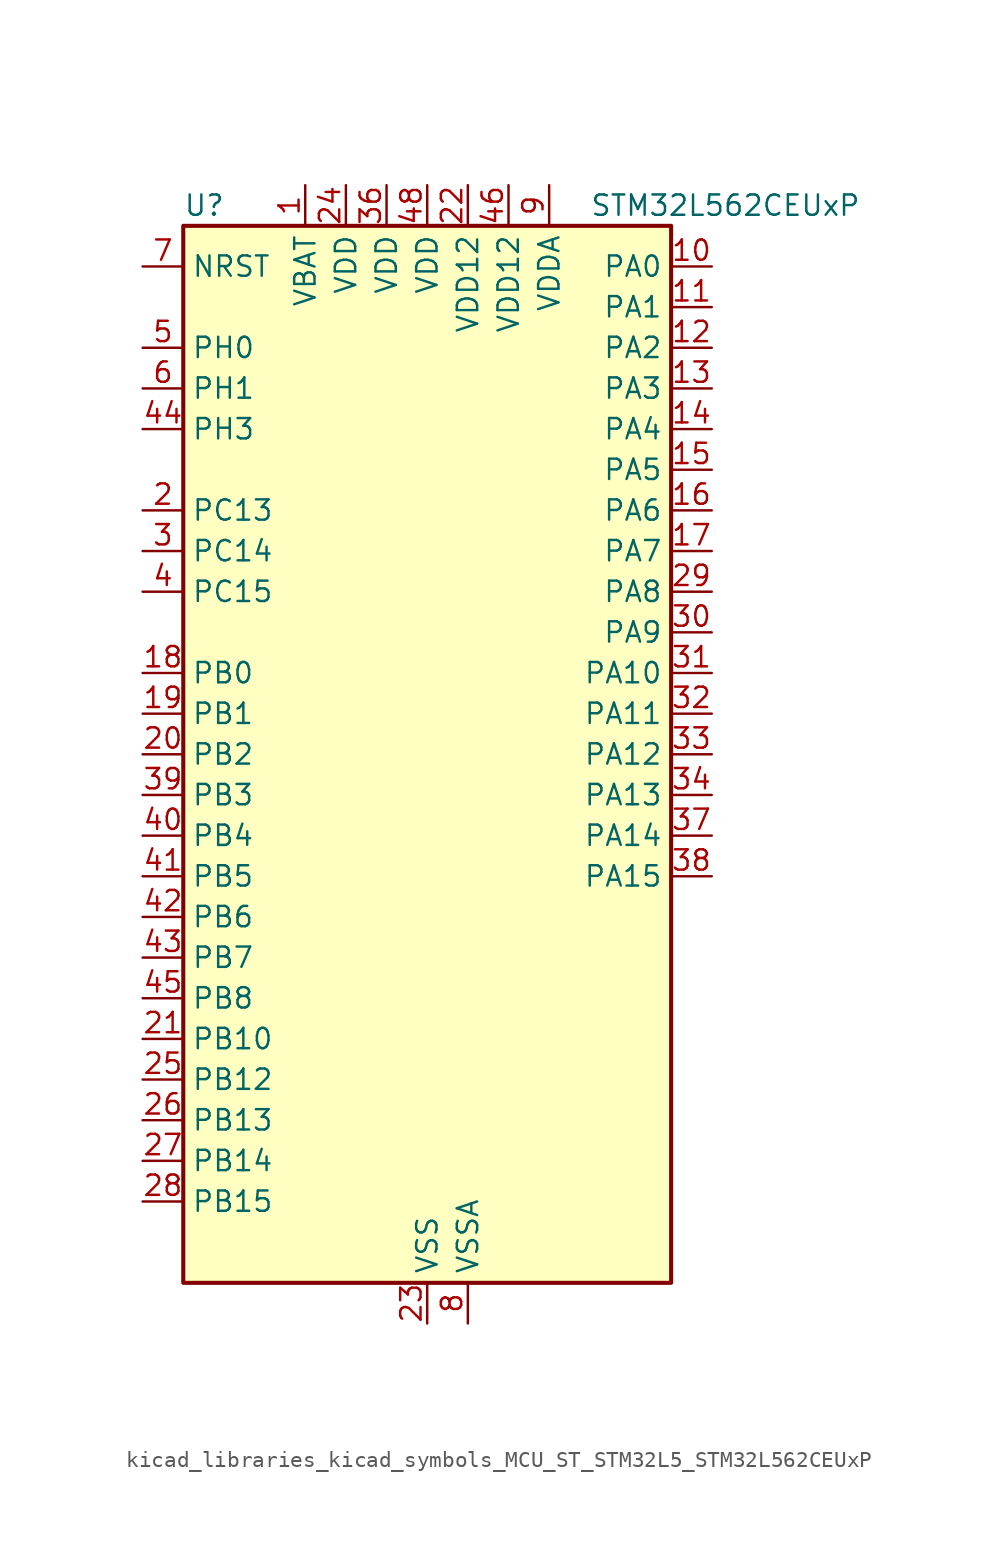
<source format=kicad_sym>
(kicad_symbol_lib
  (version 20220914)
  (generator kicad_symbol_editor)
  (symbol "kicad_libraries_kicad_symbols_MCU_ST_STM32L5_STM32L562CEUxP"
    (property "Reference" "U"
      (at -15.24 34.29 0)
      (effects (font (size 1.27 1.27)) (justify left)))
    (property "Value" "STM32L562CEUxP"
      (at 10.16 34.29 0)
      (effects (font (size 1.27 1.27)) (justify left)))
    (property "ki_locked" ""
      (at 0 0 0)
      (effects (font (size 1.27 1.27))))
    (symbol "kicad_libraries_kicad_symbols_MCU_ST_STM32L5_STM32L562CEUxP_0_1"
      (rectangle (start -15.24 -33.02) (end 15.24 33.02) (stroke (width 0.254) (type default)) (fill (type background))))
    (symbol "kicad_libraries_kicad_symbols_MCU_ST_STM32L5_STM32L562CEUxP_1_1"
      (pin power_in line (at -7.62 35.56 270) (length 2.54) (name "VBAT" (effects (font (size 1.27 1.27)))) (number "1" (effects (font (size 1.27 1.27)))))
      (pin bidirectional line (at 17.78 30.48 180) (length 2.54) (name "PA0" (effects (font (size 1.27 1.27)))) (number "10" (effects (font (size 1.27 1.27)))) (alternate "ADC1_IN5" bidirectional line) (alternate "ADC2_IN5" bidirectional line) (alternate "OPAMP1_VINP" bidirectional line) (alternate "PWR_WKUP1" bidirectional line) (alternate "SAI1_EXTCLK" bidirectional line) (alternate "TAMP_IN2" bidirectional line) (alternate "TAMP_OUT1" bidirectional line) (alternate "TIM2_CH1" bidirectional line) (alternate "TIM2_ETR" bidirectional line) (alternate "TIM5_CH1" bidirectional line) (alternate "TIM8_ETR" bidirectional line) (alternate "UART4_TX" bidirectional line) (alternate "USART2_CTS" bidirectional line) (alternate "USART2_NSS" bidirectional line))
      (pin bidirectional line (at 17.78 27.94 180) (length 2.54) (name "PA1" (effects (font (size 1.27 1.27)))) (number "11" (effects (font (size 1.27 1.27)))) (alternate "ADC1_IN6" bidirectional line) (alternate "ADC2_IN6" bidirectional line) (alternate "I2C1_SMBA" bidirectional line) (alternate "OCTOSPI1_DQS" bidirectional line) (alternate "OPAMP1_VINM" bidirectional line) (alternate "SPI1_SCK" bidirectional line) (alternate "TAMP_IN5" bidirectional line) (alternate "TAMP_OUT4" bidirectional line) (alternate "TIM15_CH1N" bidirectional line) (alternate "TIM2_CH2" bidirectional line) (alternate "TIM5_CH2" bidirectional line) (alternate "UART4_RX" bidirectional line) (alternate "USART2_DE" bidirectional line) (alternate "USART2_RTS" bidirectional line))
      (pin bidirectional line (at 17.78 25.4 180) (length 2.54) (name "PA2" (effects (font (size 1.27 1.27)))) (number "12" (effects (font (size 1.27 1.27)))) (alternate "ADC1_IN7" bidirectional line) (alternate "ADC2_IN7" bidirectional line) (alternate "COMP1_INP" bidirectional line) (alternate "LPUART1_TX" bidirectional line) (alternate "OCTOSPI1_NCS" bidirectional line) (alternate "PWR_WKUP4" bidirectional line) (alternate "RCC_LSCO" bidirectional line) (alternate "SAI2_EXTCLK" bidirectional line) (alternate "TIM15_CH1" bidirectional line) (alternate "TIM2_CH3" bidirectional line) (alternate "TIM5_CH3" bidirectional line) (alternate "UCPD1_FRSTX1" bidirectional line) (alternate "USART2_TX" bidirectional line))
      (pin bidirectional line (at 17.78 22.86 180) (length 2.54) (name "PA3" (effects (font (size 1.27 1.27)))) (number "13" (effects (font (size 1.27 1.27)))) (alternate "ADC1_IN8" bidirectional line) (alternate "ADC2_IN8" bidirectional line) (alternate "LPUART1_RX" bidirectional line) (alternate "OCTOSPI1_CLK" bidirectional line) (alternate "OPAMP1_VOUT" bidirectional line) (alternate "SAI1_CK1" bidirectional line) (alternate "SAI1_MCLK_A" bidirectional line) (alternate "TIM15_CH2" bidirectional line) (alternate "TIM2_CH4" bidirectional line) (alternate "TIM5_CH4" bidirectional line) (alternate "USART2_RX" bidirectional line))
      (pin bidirectional line (at 17.78 20.32 180) (length 2.54) (name "PA4" (effects (font (size 1.27 1.27)))) (number "14" (effects (font (size 1.27 1.27)))) (alternate "ADC1_IN9" bidirectional line) (alternate "ADC2_IN9" bidirectional line) (alternate "DAC1_OUT1" bidirectional line) (alternate "LPTIM2_OUT" bidirectional line) (alternate "OCTOSPI1_NCS" bidirectional line) (alternate "SAI1_FS_B" bidirectional line) (alternate "SPI1_NSS" bidirectional line) (alternate "SPI3_NSS" bidirectional line) (alternate "USART2_CK" bidirectional line))
      (pin bidirectional line (at 17.78 17.78 180) (length 2.54) (name "PA5" (effects (font (size 1.27 1.27)))) (number "15" (effects (font (size 1.27 1.27)))) (alternate "ADC1_IN10" bidirectional line) (alternate "ADC2_IN10" bidirectional line) (alternate "DAC1_OUT2" bidirectional line) (alternate "LPTIM2_ETR" bidirectional line) (alternate "SPI1_SCK" bidirectional line) (alternate "TIM2_CH1" bidirectional line) (alternate "TIM2_ETR" bidirectional line) (alternate "TIM8_CH1N" bidirectional line))
      (pin bidirectional line (at 17.78 15.24 180) (length 2.54) (name "PA6" (effects (font (size 1.27 1.27)))) (number "16" (effects (font (size 1.27 1.27)))) (alternate "ADC1_IN11" bidirectional line) (alternate "ADC2_IN11" bidirectional line) (alternate "LPUART1_CTS" bidirectional line) (alternate "OCTOSPI1_IO3" bidirectional line) (alternate "OPAMP2_VINP" bidirectional line) (alternate "SPI1_MISO" bidirectional line) (alternate "TIM16_CH1" bidirectional line) (alternate "TIM1_BKIN" bidirectional line) (alternate "TIM3_CH1" bidirectional line) (alternate "TIM8_BKIN" bidirectional line) (alternate "USART3_CTS" bidirectional line) (alternate "USART3_NSS" bidirectional line))
      (pin bidirectional line (at 17.78 12.7 180) (length 2.54) (name "PA7" (effects (font (size 1.27 1.27)))) (number "17" (effects (font (size 1.27 1.27)))) (alternate "ADC1_IN12" bidirectional line) (alternate "ADC2_IN12" bidirectional line) (alternate "I2C3_SCL" bidirectional line) (alternate "OCTOSPI1_IO2" bidirectional line) (alternate "OPAMP2_VINM" bidirectional line) (alternate "SPI1_MOSI" bidirectional line) (alternate "TIM17_CH1" bidirectional line) (alternate "TIM1_CH1N" bidirectional line) (alternate "TIM3_CH2" bidirectional line) (alternate "TIM8_CH1N" bidirectional line))
      (pin bidirectional line (at -17.78 5.08 0) (length 2.54) (name "PB0" (effects (font (size 1.27 1.27)))) (number "18" (effects (font (size 1.27 1.27)))) (alternate "ADC1_IN15" bidirectional line) (alternate "ADC2_IN15" bidirectional line) (alternate "COMP1_OUT" bidirectional line) (alternate "OCTOSPI1_IO1" bidirectional line) (alternate "OPAMP2_VOUT" bidirectional line) (alternate "SAI1_EXTCLK" bidirectional line) (alternate "SPI1_NSS" bidirectional line) (alternate "TIM1_CH2N" bidirectional line) (alternate "TIM3_CH3" bidirectional line) (alternate "TIM8_CH2N" bidirectional line) (alternate "USART3_CK" bidirectional line))
      (pin bidirectional line (at -17.78 2.54 0) (length 2.54) (name "PB1" (effects (font (size 1.27 1.27)))) (number "19" (effects (font (size 1.27 1.27)))) (alternate "ADC1_IN16" bidirectional line) (alternate "ADC2_IN16" bidirectional line) (alternate "COMP1_INM" bidirectional line) (alternate "DFSDM1_DATIN0" bidirectional line) (alternate "LPTIM2_IN1" bidirectional line) (alternate "LPUART1_DE" bidirectional line) (alternate "LPUART1_RTS" bidirectional line) (alternate "OCTOSPI1_IO0" bidirectional line) (alternate "TIM1_CH3N" bidirectional line) (alternate "TIM3_CH4" bidirectional line) (alternate "TIM8_CH3N" bidirectional line) (alternate "USART3_DE" bidirectional line) (alternate "USART3_RTS" bidirectional line))
      (pin bidirectional line (at -17.78 15.24 0) (length 2.54) (name "PC13" (effects (font (size 1.27 1.27)))) (number "2" (effects (font (size 1.27 1.27)))) (alternate "PWR_WKUP2" bidirectional line) (alternate "RTC_OUT1" bidirectional line) (alternate "RTC_TS" bidirectional line) (alternate "TAMP_IN1" bidirectional line) (alternate "TAMP_OUT2" bidirectional line))
      (pin bidirectional line (at -17.78 0 0) (length 2.54) (name "PB2" (effects (font (size 1.27 1.27)))) (number "20" (effects (font (size 1.27 1.27)))) (alternate "COMP1_INP" bidirectional line) (alternate "DFSDM1_CKIN0" bidirectional line) (alternate "I2C3_SMBA" bidirectional line) (alternate "LPTIM1_OUT" bidirectional line) (alternate "OCTOSPI1_DQS" bidirectional line) (alternate "RTC_OUT2" bidirectional line) (alternate "UCPD1_FRSTX1" bidirectional line))
      (pin bidirectional line (at -17.78 -17.78 0) (length 2.54) (name "PB10" (effects (font (size 1.27 1.27)))) (number "21" (effects (font (size 1.27 1.27)))) (alternate "COMP1_OUT" bidirectional line) (alternate "I2C2_SCL" bidirectional line) (alternate "I2C4_SCL" bidirectional line) (alternate "LPTIM3_OUT" bidirectional line) (alternate "LPUART1_RX" bidirectional line) (alternate "OCTOSPI1_CLK" bidirectional line) (alternate "SAI1_SCK_A" bidirectional line) (alternate "SPI2_SCK" bidirectional line) (alternate "TIM2_CH3" bidirectional line) (alternate "TSC_SYNC" bidirectional line) (alternate "USART3_TX" bidirectional line))
      (pin power_in line (at 2.54 35.56 270) (length 2.54) (name "VDD12" (effects (font (size 1.27 1.27)))) (number "22" (effects (font (size 1.27 1.27)))))
      (pin power_in line (at 0 -35.56 90) (length 2.54) (name "VSS" (effects (font (size 1.27 1.27)))) (number "23" (effects (font (size 1.27 1.27)))))
      (pin power_in line (at -5.08 35.56 270) (length 2.54) (name "VDD" (effects (font (size 1.27 1.27)))) (number "24" (effects (font (size 1.27 1.27)))))
      (pin bidirectional line (at -17.78 -20.32 0) (length 2.54) (name "PB12" (effects (font (size 1.27 1.27)))) (number "25" (effects (font (size 1.27 1.27)))) (alternate "DFSDM1_DATIN1" bidirectional line) (alternate "I2C2_SMBA" bidirectional line) (alternate "LPUART1_DE" bidirectional line) (alternate "LPUART1_RTS" bidirectional line) (alternate "OCTOSPI1_NCLK" bidirectional line) (alternate "SAI2_FS_A" bidirectional line) (alternate "SPI2_NSS" bidirectional line) (alternate "TIM15_BKIN" bidirectional line) (alternate "TIM1_BKIN" bidirectional line) (alternate "TSC_G1_IO1" bidirectional line) (alternate "USART3_CK" bidirectional line))
      (pin bidirectional line (at -17.78 -22.86 0) (length 2.54) (name "PB13" (effects (font (size 1.27 1.27)))) (number "26" (effects (font (size 1.27 1.27)))) (alternate "DFSDM1_CKIN1" bidirectional line) (alternate "I2C2_SCL" bidirectional line) (alternate "LPTIM3_IN1" bidirectional line) (alternate "LPUART1_CTS" bidirectional line) (alternate "SAI2_SCK_A" bidirectional line) (alternate "SPI2_SCK" bidirectional line) (alternate "TIM15_CH1N" bidirectional line) (alternate "TIM1_CH1N" bidirectional line) (alternate "TSC_G1_IO2" bidirectional line) (alternate "UCPD1_FRSTX2" bidirectional line) (alternate "USART3_CTS" bidirectional line) (alternate "USART3_NSS" bidirectional line))
      (pin bidirectional line (at -17.78 -25.4 0) (length 2.54) (name "PB14" (effects (font (size 1.27 1.27)))) (number "27" (effects (font (size 1.27 1.27)))) (alternate "DFSDM1_DATIN2" bidirectional line) (alternate "I2C2_SDA" bidirectional line) (alternate "LPTIM3_ETR" bidirectional line) (alternate "SAI2_MCLK_A" bidirectional line) (alternate "SPI2_MISO" bidirectional line) (alternate "TIM15_CH1" bidirectional line) (alternate "TIM1_CH2N" bidirectional line) (alternate "TIM8_CH2N" bidirectional line) (alternate "TSC_G1_IO3" bidirectional line) (alternate "UCPD1_DBCC2" bidirectional line) (alternate "USART3_DE" bidirectional line) (alternate "USART3_RTS" bidirectional line))
      (pin bidirectional line (at -17.78 -27.94 0) (length 2.54) (name "PB15" (effects (font (size 1.27 1.27)))) (number "28" (effects (font (size 1.27 1.27)))) (alternate "ADC1_EXTI15" bidirectional line) (alternate "ADC2_EXTI15" bidirectional line) (alternate "DFSDM1_CKIN2" bidirectional line) (alternate "RTC_REFIN" bidirectional line) (alternate "SAI2_SD_A" bidirectional line) (alternate "SPI2_MOSI" bidirectional line) (alternate "TIM15_CH2" bidirectional line) (alternate "TIM1_CH3N" bidirectional line) (alternate "TIM8_CH3N" bidirectional line) (alternate "UCPD1_CC2" bidirectional line))
      (pin bidirectional line (at 17.78 10.16 180) (length 2.54) (name "PA8" (effects (font (size 1.27 1.27)))) (number "29" (effects (font (size 1.27 1.27)))) (alternate "LPTIM2_OUT" bidirectional line) (alternate "RCC_MCO" bidirectional line) (alternate "SAI1_CK2" bidirectional line) (alternate "SAI1_SCK_A" bidirectional line) (alternate "TIM1_CH1" bidirectional line) (alternate "USART1_CK" bidirectional line))
      (pin bidirectional line (at -17.78 12.7 0) (length 2.54) (name "PC14" (effects (font (size 1.27 1.27)))) (number "3" (effects (font (size 1.27 1.27)))) (alternate "RCC_OSC32_IN" bidirectional line))
      (pin bidirectional line (at 17.78 7.62 180) (length 2.54) (name "PA9" (effects (font (size 1.27 1.27)))) (number "30" (effects (font (size 1.27 1.27)))) (alternate "DAC1_EXTI9" bidirectional line) (alternate "SAI1_FS_A" bidirectional line) (alternate "SPI2_SCK" bidirectional line) (alternate "TIM15_BKIN" bidirectional line) (alternate "TIM1_CH2" bidirectional line) (alternate "USART1_TX" bidirectional line))
      (pin bidirectional line (at 17.78 5.08 180) (length 2.54) (name "PA10" (effects (font (size 1.27 1.27)))) (number "31" (effects (font (size 1.27 1.27)))) (alternate "CRS_SYNC" bidirectional line) (alternate "SAI1_D1" bidirectional line) (alternate "SAI1_SD_A" bidirectional line) (alternate "TIM17_BKIN" bidirectional line) (alternate "TIM1_CH3" bidirectional line) (alternate "USART1_RX" bidirectional line))
      (pin bidirectional line (at 17.78 2.54 180) (length 2.54) (name "PA11" (effects (font (size 1.27 1.27)))) (number "32" (effects (font (size 1.27 1.27)))) (alternate "ADC1_EXTI11" bidirectional line) (alternate "ADC2_EXTI11" bidirectional line) (alternate "FDCAN1_RX" bidirectional line) (alternate "SPI1_MISO" bidirectional line) (alternate "TIM1_BKIN2" bidirectional line) (alternate "TIM1_CH4" bidirectional line) (alternate "USART1_CTS" bidirectional line) (alternate "USART1_NSS" bidirectional line) (alternate "USB_DM" bidirectional line))
      (pin bidirectional line (at 17.78 0 180) (length 2.54) (name "PA12" (effects (font (size 1.27 1.27)))) (number "33" (effects (font (size 1.27 1.27)))) (alternate "FDCAN1_TX" bidirectional line) (alternate "SPI1_MOSI" bidirectional line) (alternate "TIM1_ETR" bidirectional line) (alternate "USART1_DE" bidirectional line) (alternate "USART1_RTS" bidirectional line) (alternate "USB_DP" bidirectional line))
      (pin bidirectional line (at 17.78 -2.54 180) (length 2.54) (name "PA13" (effects (font (size 1.27 1.27)))) (number "34" (effects (font (size 1.27 1.27)))) (alternate "DEBUG_JTMS-SWDIO" bidirectional line) (alternate "IR_OUT" bidirectional line) (alternate "SAI1_SD_B" bidirectional line) (alternate "USB_NOE" bidirectional line))
      (pin passive line (at 0 -35.56 90) (length 2.54) hide (name "VSS" (effects (font (size 1.27 1.27)))) (number "35" (effects (font (size 1.27 1.27)))))
      (pin power_in line (at -2.54 35.56 270) (length 2.54) (name "VDD" (effects (font (size 1.27 1.27)))) (number "36" (effects (font (size 1.27 1.27)))))
      (pin bidirectional line (at 17.78 -5.08 180) (length 2.54) (name "PA14" (effects (font (size 1.27 1.27)))) (number "37" (effects (font (size 1.27 1.27)))) (alternate "DEBUG_JTCK-SWCLK" bidirectional line) (alternate "I2C1_SMBA" bidirectional line) (alternate "I2C4_SMBA" bidirectional line) (alternate "LPTIM1_OUT" bidirectional line) (alternate "SAI1_FS_B" bidirectional line))
      (pin bidirectional line (at 17.78 -7.62 180) (length 2.54) (name "PA15" (effects (font (size 1.27 1.27)))) (number "38" (effects (font (size 1.27 1.27)))) (alternate "ADC1_EXTI15" bidirectional line) (alternate "ADC2_EXTI15" bidirectional line) (alternate "DEBUG_JTDI" bidirectional line) (alternate "SAI2_FS_B" bidirectional line) (alternate "SPI1_NSS" bidirectional line) (alternate "SPI3_NSS" bidirectional line) (alternate "TIM2_CH1" bidirectional line) (alternate "TIM2_ETR" bidirectional line) (alternate "UART4_DE" bidirectional line) (alternate "UART4_RTS" bidirectional line) (alternate "UCPD1_CC1" bidirectional line) (alternate "USART2_RX" bidirectional line) (alternate "USART3_DE" bidirectional line) (alternate "USART3_RTS" bidirectional line))
      (pin bidirectional line (at -17.78 -2.54 0) (length 2.54) (name "PB3" (effects (font (size 1.27 1.27)))) (number "39" (effects (font (size 1.27 1.27)))) (alternate "COMP2_INM" bidirectional line) (alternate "CRS_SYNC" bidirectional line) (alternate "DEBUG_JTDO-SWO" bidirectional line) (alternate "SAI1_SCK_B" bidirectional line) (alternate "SPI1_SCK" bidirectional line) (alternate "SPI3_SCK" bidirectional line) (alternate "TIM2_CH2" bidirectional line) (alternate "USART1_DE" bidirectional line) (alternate "USART1_RTS" bidirectional line))
      (pin bidirectional line (at -17.78 10.16 0) (length 2.54) (name "PC15" (effects (font (size 1.27 1.27)))) (number "4" (effects (font (size 1.27 1.27)))) (alternate "ADC1_EXTI15" bidirectional line) (alternate "ADC2_EXTI15" bidirectional line) (alternate "RCC_OSC32_OUT" bidirectional line))
      (pin bidirectional line (at -17.78 -5.08 0) (length 2.54) (name "PB4" (effects (font (size 1.27 1.27)))) (number "40" (effects (font (size 1.27 1.27)))) (alternate "COMP2_INP" bidirectional line) (alternate "DEBUG_JTRST" bidirectional line) (alternate "I2C3_SDA" bidirectional line) (alternate "SAI1_MCLK_B" bidirectional line) (alternate "SPI1_MISO" bidirectional line) (alternate "SPI3_MISO" bidirectional line) (alternate "TIM17_BKIN" bidirectional line) (alternate "TIM3_CH1" bidirectional line) (alternate "TSC_G2_IO1" bidirectional line) (alternate "USART1_CTS" bidirectional line) (alternate "USART1_NSS" bidirectional line))
      (pin bidirectional line (at -17.78 -7.62 0) (length 2.54) (name "PB5" (effects (font (size 1.27 1.27)))) (number "41" (effects (font (size 1.27 1.27)))) (alternate "COMP2_OUT" bidirectional line) (alternate "I2C1_SMBA" bidirectional line) (alternate "LPTIM1_IN1" bidirectional line) (alternate "OCTOSPI1_NCLK" bidirectional line) (alternate "SAI1_SD_B" bidirectional line) (alternate "SPI1_MOSI" bidirectional line) (alternate "SPI3_MOSI" bidirectional line) (alternate "TIM16_BKIN" bidirectional line) (alternate "TIM3_CH2" bidirectional line) (alternate "TSC_G2_IO2" bidirectional line) (alternate "UCPD1_DBCC1" bidirectional line) (alternate "USART1_CK" bidirectional line))
      (pin bidirectional line (at -17.78 -10.16 0) (length 2.54) (name "PB6" (effects (font (size 1.27 1.27)))) (number "42" (effects (font (size 1.27 1.27)))) (alternate "COMP2_INP" bidirectional line) (alternate "I2C1_SCL" bidirectional line) (alternate "I2C4_SCL" bidirectional line) (alternate "LPTIM1_ETR" bidirectional line) (alternate "SAI1_FS_B" bidirectional line) (alternate "TIM16_CH1N" bidirectional line) (alternate "TIM4_CH1" bidirectional line) (alternate "TIM8_BKIN2" bidirectional line) (alternate "TSC_G2_IO3" bidirectional line) (alternate "USART1_TX" bidirectional line))
      (pin bidirectional line (at -17.78 -12.7 0) (length 2.54) (name "PB7" (effects (font (size 1.27 1.27)))) (number "43" (effects (font (size 1.27 1.27)))) (alternate "COMP2_INM" bidirectional line) (alternate "I2C1_SDA" bidirectional line) (alternate "I2C4_SDA" bidirectional line) (alternate "LPTIM1_IN2" bidirectional line) (alternate "PWR_PVD_IN" bidirectional line) (alternate "TIM17_CH1N" bidirectional line) (alternate "TIM4_CH2" bidirectional line) (alternate "TIM8_BKIN" bidirectional line) (alternate "TSC_G2_IO4" bidirectional line) (alternate "UART4_CTS" bidirectional line) (alternate "USART1_RX" bidirectional line))
      (pin bidirectional line (at -17.78 20.32 0) (length 2.54) (name "PH3" (effects (font (size 1.27 1.27)))) (number "44" (effects (font (size 1.27 1.27)))))
      (pin bidirectional line (at -17.78 -15.24 0) (length 2.54) (name "PB8" (effects (font (size 1.27 1.27)))) (number "45" (effects (font (size 1.27 1.27)))) (alternate "DFSDM1_CKOUT" bidirectional line) (alternate "FDCAN1_RX" bidirectional line) (alternate "I2C1_SCL" bidirectional line) (alternate "SAI1_CK1" bidirectional line) (alternate "SAI1_MCLK_A" bidirectional line) (alternate "TIM16_CH1" bidirectional line) (alternate "TIM4_CH3" bidirectional line))
      (pin power_in line (at 5.08 35.56 270) (length 2.54) (name "VDD12" (effects (font (size 1.27 1.27)))) (number "46" (effects (font (size 1.27 1.27)))))
      (pin passive line (at 0 -35.56 90) (length 2.54) hide (name "VSS" (effects (font (size 1.27 1.27)))) (number "47" (effects (font (size 1.27 1.27)))))
      (pin power_in line (at 0 35.56 270) (length 2.54) (name "VDD" (effects (font (size 1.27 1.27)))) (number "48" (effects (font (size 1.27 1.27)))))
      (pin passive line (at 0 -35.56 90) (length 2.54) hide (name "VSS" (effects (font (size 1.27 1.27)))) (number "49" (effects (font (size 1.27 1.27)))))
      (pin bidirectional line (at -17.78 25.4 0) (length 2.54) (name "PH0" (effects (font (size 1.27 1.27)))) (number "5" (effects (font (size 1.27 1.27)))) (alternate "RCC_OSC_IN" bidirectional line))
      (pin bidirectional line (at -17.78 22.86 0) (length 2.54) (name "PH1" (effects (font (size 1.27 1.27)))) (number "6" (effects (font (size 1.27 1.27)))) (alternate "RCC_OSC_OUT" bidirectional line))
      (pin input line (at -17.78 30.48 0) (length 2.54) (name "NRST" (effects (font (size 1.27 1.27)))) (number "7" (effects (font (size 1.27 1.27)))))
      (pin power_in line (at 2.54 -35.56 90) (length 2.54) (name "VSSA" (effects (font (size 1.27 1.27)))) (number "8" (effects (font (size 1.27 1.27)))))
      (pin power_in line (at 7.62 35.56 270) (length 2.54) (name "VDDA" (effects (font (size 1.27 1.27)))) (number "9" (effects (font (size 1.27 1.27))))))))
</source>
